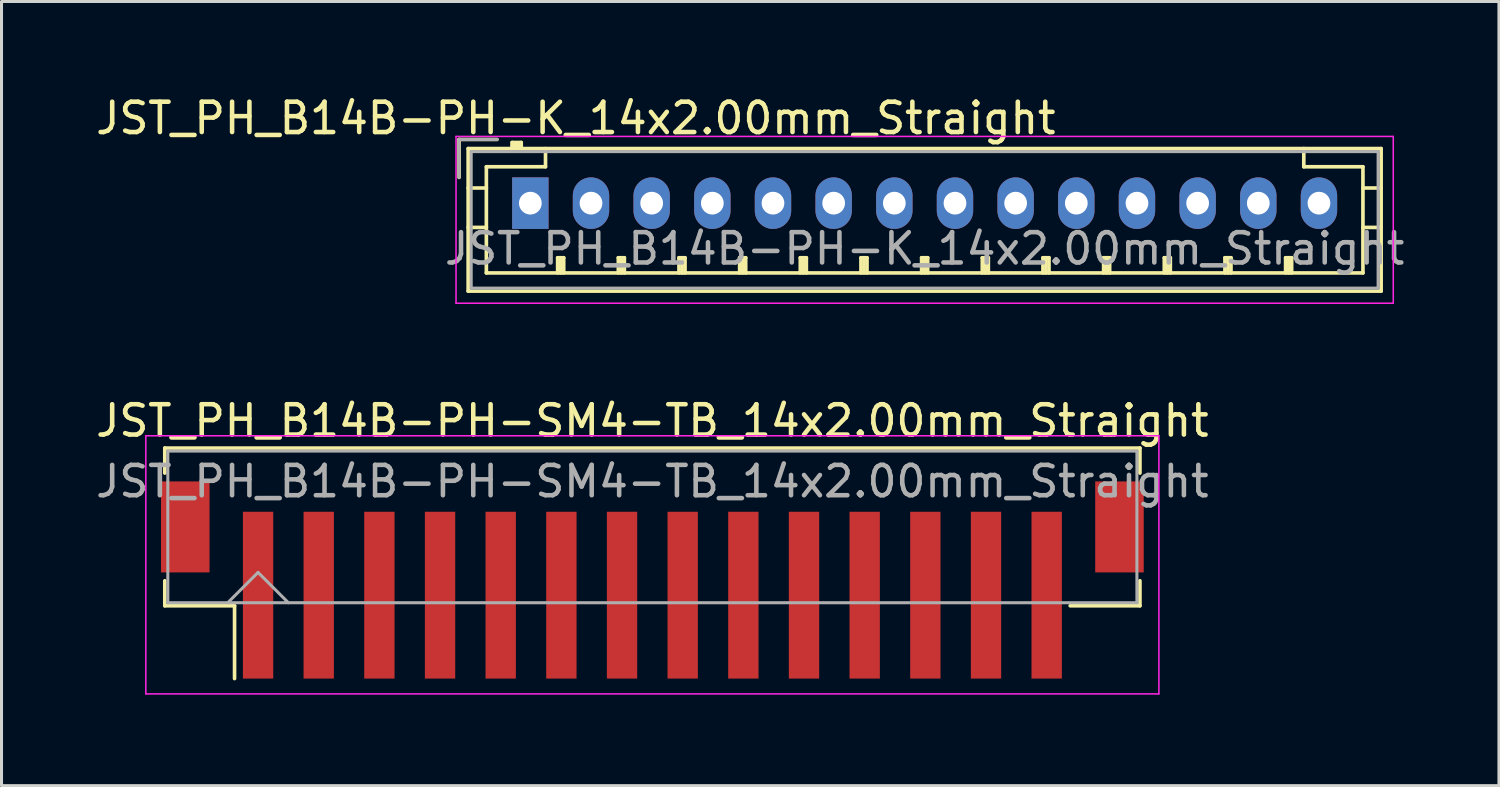
<source format=kicad_pcb>
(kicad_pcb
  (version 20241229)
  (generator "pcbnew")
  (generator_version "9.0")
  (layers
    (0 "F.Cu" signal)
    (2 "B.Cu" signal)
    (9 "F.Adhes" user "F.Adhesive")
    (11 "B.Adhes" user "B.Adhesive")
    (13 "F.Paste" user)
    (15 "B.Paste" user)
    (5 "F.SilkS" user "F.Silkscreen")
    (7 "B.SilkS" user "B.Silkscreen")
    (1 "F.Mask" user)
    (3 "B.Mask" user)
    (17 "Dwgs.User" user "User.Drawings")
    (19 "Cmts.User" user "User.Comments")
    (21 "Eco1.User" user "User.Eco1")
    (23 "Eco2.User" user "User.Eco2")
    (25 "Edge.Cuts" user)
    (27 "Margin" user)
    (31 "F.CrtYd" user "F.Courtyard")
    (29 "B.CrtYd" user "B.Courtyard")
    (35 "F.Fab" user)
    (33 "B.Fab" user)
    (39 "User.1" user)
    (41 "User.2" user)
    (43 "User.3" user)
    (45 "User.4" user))
  (footprint "JST_PH_B14B-PH-SM4-TB_14x2.00mm_Straight"
    (layer "F.Cu")
    (at 18.458 15.447)
    (property "Reference" "JST_PH_B14B-PH-SM4-TB_14x2.00mm_Straight" (at 0 -4.625 0) (layer "F.SilkS") (effects (font (size 1 1) (thickness 0.15))))
    (attr smd)
    (fp_line (start -16.075 -3.725) (end 16.075 -3.725) (stroke (width 0.12) (type solid)) (layer "F.SilkS"))
    (fp_line (start -16.075 -2.9) (end -16.075 -3.725) (stroke (width 0.12) (type solid)) (layer "F.SilkS"))
    (fp_line (start -16.075 0.65) (end -16.075 1.475) (stroke (width 0.12) (type solid)) (layer "F.SilkS"))
    (fp_line (start -16.075 1.475) (end -13.775 1.475) (stroke (width 0.12) (type solid)) (layer "F.SilkS"))
    (fp_line (start -13.775 1.475) (end -13.775 3.875) (stroke (width 0.12) (type solid)) (layer "F.SilkS"))
    (fp_line (start 16.075 -3.725) (end 16.075 -2.9) (stroke (width 0.12) (type solid)) (layer "F.SilkS"))
    (fp_line (start 16.075 0.65) (end 16.075 1.475) (stroke (width 0.12) (type solid)) (layer "F.SilkS"))
    (fp_line (start 16.075 1.475) (end 13.775 1.475) (stroke (width 0.12) (type solid)) (layer "F.SilkS"))
    (fp_line (start -16.7 -4.13) (end -16.7 4.38) (stroke (width 0.05) (type solid)) (layer "F.CrtYd"))
    (fp_line (start -16.7 4.38) (end 16.7 4.38) (stroke (width 0.05) (type solid)) (layer "F.CrtYd"))
    (fp_line (start 16.7 -4.13) (end -16.7 -4.13) (stroke (width 0.05) (type solid)) (layer "F.CrtYd"))
    (fp_line (start 16.7 4.38) (end 16.7 -4.13) (stroke (width 0.05) (type solid)) (layer "F.CrtYd"))
    (fp_line (start -15.975 -3.625) (end -15.975 1.375) (stroke (width 0.1) (type solid)) (layer "F.Fab"))
    (fp_line (start -15.975 1.375) (end 15.975 1.375) (stroke (width 0.1) (type solid)) (layer "F.Fab"))
    (fp_line (start -14 1.375) (end -13 0.375) (stroke (width 0.1) (type solid)) (layer "F.Fab"))
    (fp_line (start -13 0.375) (end -12 1.375) (stroke (width 0.1) (type solid)) (layer "F.Fab"))
    (fp_line (start 15.975 -3.625) (end -15.975 -3.625) (stroke (width 0.1) (type solid)) (layer "F.Fab"))
    (fp_line (start 15.975 1.375) (end 15.975 -3.625) (stroke (width 0.1) (type solid)) (layer "F.Fab"))
    (fp_text user "${REFERENCE}" (at 0 -2.625 0) (layer "F.Fab") (effects (font (size 1 1) (thickness 0.15))))
    (pad "" smd rect (at -15.4 -1.125) (size 1.6 3) (layers "F.Cu" "F.Mask" "F.Paste"))
    (pad "" smd rect (at 15.4 -1.125) (size 1.6 3) (layers "F.Cu" "F.Mask" "F.Paste"))
    (pad "1" smd rect (at -13 1.125) (size 1 5.5) (layers "F.Cu" "F.Mask" "F.Paste"))
    (pad "2" smd rect (at -11 1.125) (size 1 5.5) (layers "F.Cu" "F.Mask" "F.Paste"))
    (pad "3" smd rect (at -9 1.125) (size 1 5.5) (layers "F.Cu" "F.Mask" "F.Paste"))
    (pad "4" smd rect (at -7 1.125) (size 1 5.5) (layers "F.Cu" "F.Mask" "F.Paste"))
    (pad "5" smd rect (at -5 1.125) (size 1 5.5) (layers "F.Cu" "F.Mask" "F.Paste"))
    (pad "6" smd rect (at -3 1.125) (size 1 5.5) (layers "F.Cu" "F.Mask" "F.Paste"))
    (pad "7" smd rect (at -1 1.125) (size 1 5.5) (layers "F.Cu" "F.Mask" "F.Paste"))
    (pad "8" smd rect (at 1 1.125) (size 1 5.5) (layers "F.Cu" "F.Mask" "F.Paste"))
    (pad "9" smd rect (at 3 1.125) (size 1 5.5) (layers "F.Cu" "F.Mask" "F.Paste"))
    (pad "10" smd rect (at 5 1.125) (size 1 5.5) (layers "F.Cu" "F.Mask" "F.Paste"))
    (pad "11" smd rect (at 7 1.125) (size 1 5.5) (layers "F.Cu" "F.Mask" "F.Paste"))
    (pad "12" smd rect (at 9 1.125) (size 1 5.5) (layers "F.Cu" "F.Mask" "F.Paste"))
    (pad "13" smd rect (at 11 1.125) (size 1 5.5) (layers "F.Cu" "F.Mask" "F.Paste"))
    (pad "14" smd rect (at 13 1.125) (size 1 5.5) (layers "F.Cu" "F.Mask" "F.Paste")))
  (footprint "JST_PH_B14B-PH-K_14x2.00mm_Straight"
    (layer "F.Cu")
    (at 14.435 3.648)
    (property "Reference" "JST_PH_B14B-PH-K_14x2.00mm_Straight" (at 1.5 -2.8 0) (layer "F.SilkS") (effects (font (size 1 1) (thickness 0.15))))
    (attr through_hole)
    (fp_line (start -2.35 -2.1) (end -2.35 -0.85) (stroke (width 0.12) (type solid)) (layer "F.SilkS"))
    (fp_line (start -2.05 -1.8) (end -2.05 2.9) (stroke (width 0.12) (type solid)) (layer "F.SilkS"))
    (fp_line (start -2.05 -0.5) (end -1.45 -0.5) (stroke (width 0.12) (type solid)) (layer "F.SilkS"))
    (fp_line (start -2.05 0.8) (end -1.45 0.8) (stroke (width 0.12) (type solid)) (layer "F.SilkS"))
    (fp_line (start -2.05 2.9) (end 28.05 2.9) (stroke (width 0.12) (type solid)) (layer "F.SilkS"))
    (fp_line (start -1.45 -1.2) (end -1.45 2.3) (stroke (width 0.12) (type solid)) (layer "F.SilkS"))
    (fp_line (start -1.45 2.3) (end 27.45 2.3) (stroke (width 0.12) (type solid)) (layer "F.SilkS"))
    (fp_line (start -1.1 -2.1) (end -2.35 -2.1) (stroke (width 0.12) (type solid)) (layer "F.SilkS"))
    (fp_line (start -0.6 -2) (end -0.6 -1.8) (stroke (width 0.12) (type solid)) (layer "F.SilkS"))
    (fp_line (start -0.3 -2) (end -0.6 -2) (stroke (width 0.12) (type solid)) (layer "F.SilkS"))
    (fp_line (start -0.3 -1.9) (end -0.6 -1.9) (stroke (width 0.12) (type solid)) (layer "F.SilkS"))
    (fp_line (start -0.3 -1.8) (end -0.3 -2) (stroke (width 0.12) (type solid)) (layer "F.SilkS"))
    (fp_line (start 0.5 -1.8) (end 0.5 -1.2) (stroke (width 0.12) (type solid)) (layer "F.SilkS"))
    (fp_line (start 0.5 -1.2) (end -1.45 -1.2) (stroke (width 0.12) (type solid)) (layer "F.SilkS"))
    (fp_line (start 0.9 1.8) (end 1.1 1.8) (stroke (width 0.12) (type solid)) (layer "F.SilkS"))
    (fp_line (start 0.9 2.3) (end 0.9 1.8) (stroke (width 0.12) (type solid)) (layer "F.SilkS"))
    (fp_line (start 1 2.3) (end 1 1.8) (stroke (width 0.12) (type solid)) (layer "F.SilkS"))
    (fp_line (start 1.1 1.8) (end 1.1 2.3) (stroke (width 0.12) (type solid)) (layer "F.SilkS"))
    (fp_line (start 2.9 1.8) (end 3.1 1.8) (stroke (width 0.12) (type solid)) (layer "F.SilkS"))
    (fp_line (start 2.9 2.3) (end 2.9 1.8) (stroke (width 0.12) (type solid)) (layer "F.SilkS"))
    (fp_line (start 3 2.3) (end 3 1.8) (stroke (width 0.12) (type solid)) (layer "F.SilkS"))
    (fp_line (start 3.1 1.8) (end 3.1 2.3) (stroke (width 0.12) (type solid)) (layer "F.SilkS"))
    (fp_line (start 4.9 1.8) (end 5.1 1.8) (stroke (width 0.12) (type solid)) (layer "F.SilkS"))
    (fp_line (start 4.9 2.3) (end 4.9 1.8) (stroke (width 0.12) (type solid)) (layer "F.SilkS"))
    (fp_line (start 5 2.3) (end 5 1.8) (stroke (width 0.12) (type solid)) (layer "F.SilkS"))
    (fp_line (start 5.1 1.8) (end 5.1 2.3) (stroke (width 0.12) (type solid)) (layer "F.SilkS"))
    (fp_line (start 6.9 1.8) (end 7.1 1.8) (stroke (width 0.12) (type solid)) (layer "F.SilkS"))
    (fp_line (start 6.9 2.3) (end 6.9 1.8) (stroke (width 0.12) (type solid)) (layer "F.SilkS"))
    (fp_line (start 7 2.3) (end 7 1.8) (stroke (width 0.12) (type solid)) (layer "F.SilkS"))
    (fp_line (start 7.1 1.8) (end 7.1 2.3) (stroke (width 0.12) (type solid)) (layer "F.SilkS"))
    (fp_line (start 8.9 1.8) (end 9.1 1.8) (stroke (width 0.12) (type solid)) (layer "F.SilkS"))
    (fp_line (start 8.9 2.3) (end 8.9 1.8) (stroke (width 0.12) (type solid)) (layer "F.SilkS"))
    (fp_line (start 9 2.3) (end 9 1.8) (stroke (width 0.12) (type solid)) (layer "F.SilkS"))
    (fp_line (start 9.1 1.8) (end 9.1 2.3) (stroke (width 0.12) (type solid)) (layer "F.SilkS"))
    (fp_line (start 10.9 1.8) (end 11.1 1.8) (stroke (width 0.12) (type solid)) (layer "F.SilkS"))
    (fp_line (start 10.9 2.3) (end 10.9 1.8) (stroke (width 0.12) (type solid)) (layer "F.SilkS"))
    (fp_line (start 11 2.3) (end 11 1.8) (stroke (width 0.12) (type solid)) (layer "F.SilkS"))
    (fp_line (start 11.1 1.8) (end 11.1 2.3) (stroke (width 0.12) (type solid)) (layer "F.SilkS"))
    (fp_line (start 12.9 1.8) (end 13.1 1.8) (stroke (width 0.12) (type solid)) (layer "F.SilkS"))
    (fp_line (start 12.9 2.3) (end 12.9 1.8) (stroke (width 0.12) (type solid)) (layer "F.SilkS"))
    (fp_line (start 13 2.3) (end 13 1.8) (stroke (width 0.12) (type solid)) (layer "F.SilkS"))
    (fp_line (start 13.1 1.8) (end 13.1 2.3) (stroke (width 0.12) (type solid)) (layer "F.SilkS"))
    (fp_line (start 14.9 1.8) (end 15.1 1.8) (stroke (width 0.12) (type solid)) (layer "F.SilkS"))
    (fp_line (start 14.9 2.3) (end 14.9 1.8) (stroke (width 0.12) (type solid)) (layer "F.SilkS"))
    (fp_line (start 15 2.3) (end 15 1.8) (stroke (width 0.12) (type solid)) (layer "F.SilkS"))
    (fp_line (start 15.1 1.8) (end 15.1 2.3) (stroke (width 0.12) (type solid)) (layer "F.SilkS"))
    (fp_line (start 16.9 1.8) (end 17.1 1.8) (stroke (width 0.12) (type solid)) (layer "F.SilkS"))
    (fp_line (start 16.9 2.3) (end 16.9 1.8) (stroke (width 0.12) (type solid)) (layer "F.SilkS"))
    (fp_line (start 17 2.3) (end 17 1.8) (stroke (width 0.12) (type solid)) (layer "F.SilkS"))
    (fp_line (start 17.1 1.8) (end 17.1 2.3) (stroke (width 0.12) (type solid)) (layer "F.SilkS"))
    (fp_line (start 18.9 1.8) (end 19.1 1.8) (stroke (width 0.12) (type solid)) (layer "F.SilkS"))
    (fp_line (start 18.9 2.3) (end 18.9 1.8) (stroke (width 0.12) (type solid)) (layer "F.SilkS"))
    (fp_line (start 19 2.3) (end 19 1.8) (stroke (width 0.12) (type solid)) (layer "F.SilkS"))
    (fp_line (start 19.1 1.8) (end 19.1 2.3) (stroke (width 0.12) (type solid)) (layer "F.SilkS"))
    (fp_line (start 20.9 1.8) (end 21.1 1.8) (stroke (width 0.12) (type solid)) (layer "F.SilkS"))
    (fp_line (start 20.9 2.3) (end 20.9 1.8) (stroke (width 0.12) (type solid)) (layer "F.SilkS"))
    (fp_line (start 21 2.3) (end 21 1.8) (stroke (width 0.12) (type solid)) (layer "F.SilkS"))
    (fp_line (start 21.1 1.8) (end 21.1 2.3) (stroke (width 0.12) (type solid)) (layer "F.SilkS"))
    (fp_line (start 22.9 1.8) (end 23.1 1.8) (stroke (width 0.12) (type solid)) (layer "F.SilkS"))
    (fp_line (start 22.9 2.3) (end 22.9 1.8) (stroke (width 0.12) (type solid)) (layer "F.SilkS"))
    (fp_line (start 23 2.3) (end 23 1.8) (stroke (width 0.12) (type solid)) (layer "F.SilkS"))
    (fp_line (start 23.1 1.8) (end 23.1 2.3) (stroke (width 0.12) (type solid)) (layer "F.SilkS"))
    (fp_line (start 24.9 1.8) (end 25.1 1.8) (stroke (width 0.12) (type solid)) (layer "F.SilkS"))
    (fp_line (start 24.9 2.3) (end 24.9 1.8) (stroke (width 0.12) (type solid)) (layer "F.SilkS"))
    (fp_line (start 25 2.3) (end 25 1.8) (stroke (width 0.12) (type solid)) (layer "F.SilkS"))
    (fp_line (start 25.1 1.8) (end 25.1 2.3) (stroke (width 0.12) (type solid)) (layer "F.SilkS"))
    (fp_line (start 25.5 -1.2) (end 25.5 -1.8) (stroke (width 0.12) (type solid)) (layer "F.SilkS"))
    (fp_line (start 27.45 -1.2) (end 25.5 -1.2) (stroke (width 0.12) (type solid)) (layer "F.SilkS"))
    (fp_line (start 27.45 2.3) (end 27.45 -1.2) (stroke (width 0.12) (type solid)) (layer "F.SilkS"))
    (fp_line (start 28.05 -1.8) (end -2.05 -1.8) (stroke (width 0.12) (type solid)) (layer "F.SilkS"))
    (fp_line (start 28.05 -0.5) (end 27.45 -0.5) (stroke (width 0.12) (type solid)) (layer "F.SilkS"))
    (fp_line (start 28.05 0.8) (end 27.45 0.8) (stroke (width 0.12) (type solid)) (layer "F.SilkS"))
    (fp_line (start 28.05 2.9) (end 28.05 -1.8) (stroke (width 0.12) (type solid)) (layer "F.SilkS"))
    (fp_line (start -2.45 -2.2) (end -2.45 3.3) (stroke (width 0.05) (type solid)) (layer "F.CrtYd"))
    (fp_line (start -2.45 3.3) (end 28.45 3.3) (stroke (width 0.05) (type solid)) (layer "F.CrtYd"))
    (fp_line (start 28.45 -2.2) (end -2.45 -2.2) (stroke (width 0.05) (type solid)) (layer "F.CrtYd"))
    (fp_line (start 28.45 3.3) (end 28.45 -2.2) (stroke (width 0.05) (type solid)) (layer "F.CrtYd"))
    (fp_line (start -2.35 -2.1) (end -2.35 -0.85) (stroke (width 0.1) (type solid)) (layer "F.Fab"))
    (fp_line (start -1.95 -1.7) (end -1.95 2.8) (stroke (width 0.1) (type solid)) (layer "F.Fab"))
    (fp_line (start -1.95 2.8) (end 27.95 2.8) (stroke (width 0.1) (type solid)) (layer "F.Fab"))
    (fp_line (start -1.1 -2.1) (end -2.35 -2.1) (stroke (width 0.1) (type solid)) (layer "F.Fab"))
    (fp_line (start 27.95 -1.7) (end -1.95 -1.7) (stroke (width 0.1) (type solid)) (layer "F.Fab"))
    (fp_line (start 27.95 2.8) (end 27.95 -1.7) (stroke (width 0.1) (type solid)) (layer "F.Fab"))
    (fp_text user "${REFERENCE}" (at 13 1.5 0) (layer "F.Fab") (effects (font (size 1 1) (thickness 0.15))))
    (pad "1" thru_hole rect (at 0 0) (size 1.2 1.7) (drill 0.75) (layers "*.Cu" "*.Mask"))
    (pad "2" thru_hole oval (at 2 0) (size 1.2 1.7) (drill 0.75) (layers "*.Cu" "*.Mask"))
    (pad "3" thru_hole oval (at 4 0) (size 1.2 1.7) (drill 0.75) (layers "*.Cu" "*.Mask"))
    (pad "4" thru_hole oval (at 6 0) (size 1.2 1.7) (drill 0.75) (layers "*.Cu" "*.Mask"))
    (pad "5" thru_hole oval (at 8 0) (size 1.2 1.7) (drill 0.75) (layers "*.Cu" "*.Mask"))
    (pad "6" thru_hole oval (at 10 0) (size 1.2 1.7) (drill 0.75) (layers "*.Cu" "*.Mask"))
    (pad "7" thru_hole oval (at 12 0) (size 1.2 1.7) (drill 0.75) (layers "*.Cu" "*.Mask"))
    (pad "8" thru_hole oval (at 14 0) (size 1.2 1.7) (drill 0.75) (layers "*.Cu" "*.Mask"))
    (pad "9" thru_hole oval (at 16 0) (size 1.2 1.7) (drill 0.75) (layers "*.Cu" "*.Mask"))
    (pad "10" thru_hole oval (at 18 0) (size 1.2 1.7) (drill 0.75) (layers "*.Cu" "*.Mask"))
    (pad "11" thru_hole oval (at 20 0) (size 1.2 1.7) (drill 0.75) (layers "*.Cu" "*.Mask"))
    (pad "12" thru_hole oval (at 22 0) (size 1.2 1.7) (drill 0.75) (layers "*.Cu" "*.Mask"))
    (pad "13" thru_hole oval (at 24 0) (size 1.2 1.7) (drill 0.75) (layers "*.Cu" "*.Mask"))
    (pad "14" thru_hole oval (at 26 0) (size 1.2 1.7) (drill 0.75) (layers "*.Cu" "*.Mask")))
  (gr_rect
    (start -3 -3)
    (end 46.369 22.852)
    (stroke (width 0.1) (type default))
    (fill no)
    (layer "Edge.Cuts")))
</source>
